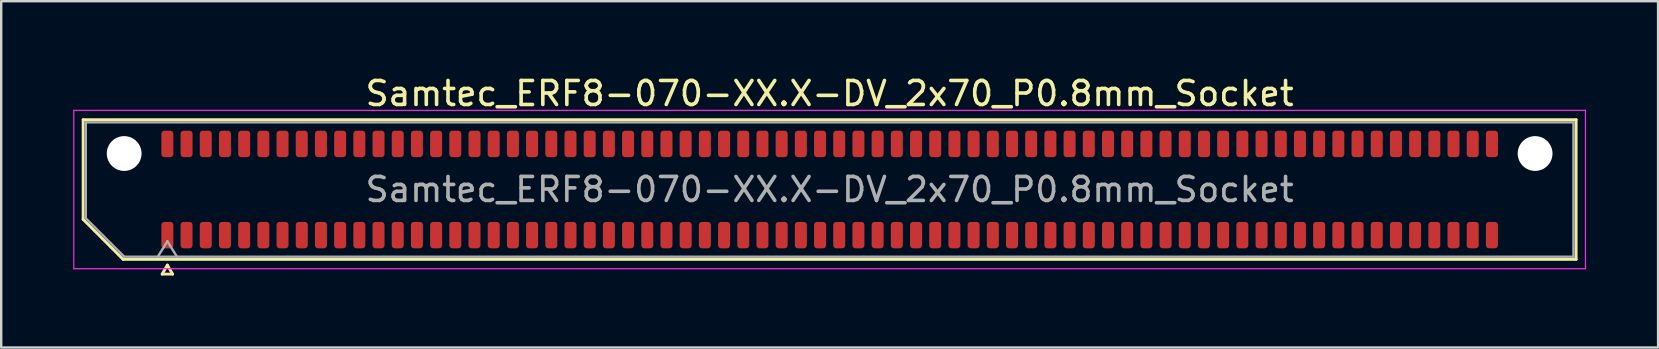
<source format=kicad_pcb>
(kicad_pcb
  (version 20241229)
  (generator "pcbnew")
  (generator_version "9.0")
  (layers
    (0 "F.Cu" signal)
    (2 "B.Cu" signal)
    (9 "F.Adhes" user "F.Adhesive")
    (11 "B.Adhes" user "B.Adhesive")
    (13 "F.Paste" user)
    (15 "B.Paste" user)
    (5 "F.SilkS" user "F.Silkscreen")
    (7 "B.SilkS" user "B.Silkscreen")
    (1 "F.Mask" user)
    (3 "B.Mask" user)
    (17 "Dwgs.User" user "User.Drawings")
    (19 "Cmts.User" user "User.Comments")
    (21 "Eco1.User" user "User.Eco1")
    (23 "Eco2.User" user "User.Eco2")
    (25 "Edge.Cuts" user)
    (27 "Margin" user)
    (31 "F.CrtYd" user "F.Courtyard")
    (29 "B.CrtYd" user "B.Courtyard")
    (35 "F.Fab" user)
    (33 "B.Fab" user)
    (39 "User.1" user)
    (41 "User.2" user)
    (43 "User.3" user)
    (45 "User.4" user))
  (footprint "Samtec_ERF8-070-XX.X-DV_2x70_P0.8mm_Socket"
    (layer "F.Cu")
    (at 31.525 4.848)
    (property "Reference" "Samtec_ERF8-070-XX.X-DV_2x70_P0.8mm_Socket" (at 0 -4 0) (layer "F.SilkS") (effects (font (size 1 1) (thickness 0.15))))
    (attr smd)
    (fp_line (start -31.11 -2.91) (end 31.11 -2.91) (stroke (width 0.12) (type solid)) (layer "F.SilkS"))
    (fp_line (start -31.11 1.246) (end -31.11 -2.91) (stroke (width 0.12) (type solid)) (layer "F.SilkS"))
    (fp_line (start -29.446 2.91) (end -31.11 1.246) (stroke (width 0.12) (type solid)) (layer "F.SilkS"))
    (fp_line (start -27.817 3.525) (end -27.6 3.15) (stroke (width 0.12) (type solid)) (layer "F.SilkS"))
    (fp_line (start -27.6 3.15) (end -27.383 3.525) (stroke (width 0.12) (type solid)) (layer "F.SilkS"))
    (fp_line (start -27.383 3.525) (end -27.817 3.525) (stroke (width 0.12) (type solid)) (layer "F.SilkS"))
    (fp_line (start 31.11 -2.91) (end 31.11 2.91) (stroke (width 0.12) (type solid)) (layer "F.SilkS"))
    (fp_line (start 31.11 2.91) (end -29.446 2.91) (stroke (width 0.12) (type solid)) (layer "F.SilkS"))
    (fp_line (start -31.5 -3.3) (end -31.5 3.3) (stroke (width 0.05) (type solid)) (layer "F.CrtYd"))
    (fp_line (start -31.5 3.3) (end 31.5 3.3) (stroke (width 0.05) (type solid)) (layer "F.CrtYd"))
    (fp_line (start 31.5 -3.3) (end -31.5 -3.3) (stroke (width 0.05) (type solid)) (layer "F.CrtYd"))
    (fp_line (start 31.5 3.3) (end 31.5 -3.3) (stroke (width 0.05) (type solid)) (layer "F.CrtYd"))
    (fp_line (start -31 -2.8) (end 31 -2.8) (stroke (width 0.1) (type solid)) (layer "F.Fab"))
    (fp_line (start -31 1.2) (end -31 -2.8) (stroke (width 0.1) (type solid)) (layer "F.Fab"))
    (fp_line (start -29.4 2.8) (end -31 1.2) (stroke (width 0.1) (type solid)) (layer "F.Fab"))
    (fp_line (start -28 2.8) (end -27.6 2.16) (stroke (width 0.1) (type solid)) (layer "F.Fab"))
    (fp_line (start -27.6 2.16) (end -27.2 2.8) (stroke (width 0.1) (type solid)) (layer "F.Fab"))
    (fp_line (start 31 -2.8) (end 31 2.8) (stroke (width 0.1) (type solid)) (layer "F.Fab"))
    (fp_line (start 31 2.8) (end -29.4 2.8) (stroke (width 0.1) (type solid)) (layer "F.Fab"))
    (fp_text user "${REFERENCE}" (at 0 0 0) (layer "F.Fab") (effects (font (size 1 1) (thickness 0.15))))
    (pad "" np_thru_hole circle (at -29.4 -1.5) (size 1.45 1.45) (drill 1.45) (layers "*.Cu" "*.Mask"))
    (pad "" np_thru_hole circle (at 29.4 -1.5) (size 1.45 1.45) (drill 1.45) (layers "*.Cu" "*.Mask"))
    (pad "1" smd roundrect (at -27.6 1.9) (size 0.5 1.1) (layers "F.Cu" "F.Mask" "F.Paste") (roundrect_rratio 0.25))
    (pad "2" smd roundrect (at -27.6 -1.9) (size 0.5 1.1) (layers "F.Cu" "F.Mask" "F.Paste") (roundrect_rratio 0.25))
    (pad "3" smd roundrect (at -26.8 1.9) (size 0.5 1.1) (layers "F.Cu" "F.Mask" "F.Paste") (roundrect_rratio 0.25))
    (pad "4" smd roundrect (at -26.8 -1.9) (size 0.5 1.1) (layers "F.Cu" "F.Mask" "F.Paste") (roundrect_rratio 0.25))
    (pad "5" smd roundrect (at -26 1.9) (size 0.5 1.1) (layers "F.Cu" "F.Mask" "F.Paste") (roundrect_rratio 0.25))
    (pad "6" smd roundrect (at -26 -1.9) (size 0.5 1.1) (layers "F.Cu" "F.Mask" "F.Paste") (roundrect_rratio 0.25))
    (pad "7" smd roundrect (at -25.2 1.9) (size 0.5 1.1) (layers "F.Cu" "F.Mask" "F.Paste") (roundrect_rratio 0.25))
    (pad "8" smd roundrect (at -25.2 -1.9) (size 0.5 1.1) (layers "F.Cu" "F.Mask" "F.Paste") (roundrect_rratio 0.25))
    (pad "9" smd roundrect (at -24.4 1.9) (size 0.5 1.1) (layers "F.Cu" "F.Mask" "F.Paste") (roundrect_rratio 0.25))
    (pad "10" smd roundrect (at -24.4 -1.9) (size 0.5 1.1) (layers "F.Cu" "F.Mask" "F.Paste") (roundrect_rratio 0.25))
    (pad "11" smd roundrect (at -23.6 1.9) (size 0.5 1.1) (layers "F.Cu" "F.Mask" "F.Paste") (roundrect_rratio 0.25))
    (pad "12" smd roundrect (at -23.6 -1.9) (size 0.5 1.1) (layers "F.Cu" "F.Mask" "F.Paste") (roundrect_rratio 0.25))
    (pad "13" smd roundrect (at -22.8 1.9) (size 0.5 1.1) (layers "F.Cu" "F.Mask" "F.Paste") (roundrect_rratio 0.25))
    (pad "14" smd roundrect (at -22.8 -1.9) (size 0.5 1.1) (layers "F.Cu" "F.Mask" "F.Paste") (roundrect_rratio 0.25))
    (pad "15" smd roundrect (at -22 1.9) (size 0.5 1.1) (layers "F.Cu" "F.Mask" "F.Paste") (roundrect_rratio 0.25))
    (pad "16" smd roundrect (at -22 -1.9) (size 0.5 1.1) (layers "F.Cu" "F.Mask" "F.Paste") (roundrect_rratio 0.25))
    (pad "17" smd roundrect (at -21.2 1.9) (size 0.5 1.1) (layers "F.Cu" "F.Mask" "F.Paste") (roundrect_rratio 0.25))
    (pad "18" smd roundrect (at -21.2 -1.9) (size 0.5 1.1) (layers "F.Cu" "F.Mask" "F.Paste") (roundrect_rratio 0.25))
    (pad "19" smd roundrect (at -20.4 1.9) (size 0.5 1.1) (layers "F.Cu" "F.Mask" "F.Paste") (roundrect_rratio 0.25))
    (pad "20" smd roundrect (at -20.4 -1.9) (size 0.5 1.1) (layers "F.Cu" "F.Mask" "F.Paste") (roundrect_rratio 0.25))
    (pad "21" smd roundrect (at -19.6 1.9) (size 0.5 1.1) (layers "F.Cu" "F.Mask" "F.Paste") (roundrect_rratio 0.25))
    (pad "22" smd roundrect (at -19.6 -1.9) (size 0.5 1.1) (layers "F.Cu" "F.Mask" "F.Paste") (roundrect_rratio 0.25))
    (pad "23" smd roundrect (at -18.8 1.9) (size 0.5 1.1) (layers "F.Cu" "F.Mask" "F.Paste") (roundrect_rratio 0.25))
    (pad "24" smd roundrect (at -18.8 -1.9) (size 0.5 1.1) (layers "F.Cu" "F.Mask" "F.Paste") (roundrect_rratio 0.25))
    (pad "25" smd roundrect (at -18 1.9) (size 0.5 1.1) (layers "F.Cu" "F.Mask" "F.Paste") (roundrect_rratio 0.25))
    (pad "26" smd roundrect (at -18 -1.9) (size 0.5 1.1) (layers "F.Cu" "F.Mask" "F.Paste") (roundrect_rratio 0.25))
    (pad "27" smd roundrect (at -17.2 1.9) (size 0.5 1.1) (layers "F.Cu" "F.Mask" "F.Paste") (roundrect_rratio 0.25))
    (pad "28" smd roundrect (at -17.2 -1.9) (size 0.5 1.1) (layers "F.Cu" "F.Mask" "F.Paste") (roundrect_rratio 0.25))
    (pad "29" smd roundrect (at -16.4 1.9) (size 0.5 1.1) (layers "F.Cu" "F.Mask" "F.Paste") (roundrect_rratio 0.25))
    (pad "30" smd roundrect (at -16.4 -1.9) (size 0.5 1.1) (layers "F.Cu" "F.Mask" "F.Paste") (roundrect_rratio 0.25))
    (pad "31" smd roundrect (at -15.6 1.9) (size 0.5 1.1) (layers "F.Cu" "F.Mask" "F.Paste") (roundrect_rratio 0.25))
    (pad "32" smd roundrect (at -15.6 -1.9) (size 0.5 1.1) (layers "F.Cu" "F.Mask" "F.Paste") (roundrect_rratio 0.25))
    (pad "33" smd roundrect (at -14.8 1.9) (size 0.5 1.1) (layers "F.Cu" "F.Mask" "F.Paste") (roundrect_rratio 0.25))
    (pad "34" smd roundrect (at -14.8 -1.9) (size 0.5 1.1) (layers "F.Cu" "F.Mask" "F.Paste") (roundrect_rratio 0.25))
    (pad "35" smd roundrect (at -14 1.9) (size 0.5 1.1) (layers "F.Cu" "F.Mask" "F.Paste") (roundrect_rratio 0.25))
    (pad "36" smd roundrect (at -14 -1.9) (size 0.5 1.1) (layers "F.Cu" "F.Mask" "F.Paste") (roundrect_rratio 0.25))
    (pad "37" smd roundrect (at -13.2 1.9) (size 0.5 1.1) (layers "F.Cu" "F.Mask" "F.Paste") (roundrect_rratio 0.25))
    (pad "38" smd roundrect (at -13.2 -1.9) (size 0.5 1.1) (layers "F.Cu" "F.Mask" "F.Paste") (roundrect_rratio 0.25))
    (pad "39" smd roundrect (at -12.4 1.9) (size 0.5 1.1) (layers "F.Cu" "F.Mask" "F.Paste") (roundrect_rratio 0.25))
    (pad "40" smd roundrect (at -12.4 -1.9) (size 0.5 1.1) (layers "F.Cu" "F.Mask" "F.Paste") (roundrect_rratio 0.25))
    (pad "41" smd roundrect (at -11.6 1.9) (size 0.5 1.1) (layers "F.Cu" "F.Mask" "F.Paste") (roundrect_rratio 0.25))
    (pad "42" smd roundrect (at -11.6 -1.9) (size 0.5 1.1) (layers "F.Cu" "F.Mask" "F.Paste") (roundrect_rratio 0.25))
    (pad "43" smd roundrect (at -10.8 1.9) (size 0.5 1.1) (layers "F.Cu" "F.Mask" "F.Paste") (roundrect_rratio 0.25))
    (pad "44" smd roundrect (at -10.8 -1.9) (size 0.5 1.1) (layers "F.Cu" "F.Mask" "F.Paste") (roundrect_rratio 0.25))
    (pad "45" smd roundrect (at -10 1.9) (size 0.5 1.1) (layers "F.Cu" "F.Mask" "F.Paste") (roundrect_rratio 0.25))
    (pad "46" smd roundrect (at -10 -1.9) (size 0.5 1.1) (layers "F.Cu" "F.Mask" "F.Paste") (roundrect_rratio 0.25))
    (pad "47" smd roundrect (at -9.2 1.9) (size 0.5 1.1) (layers "F.Cu" "F.Mask" "F.Paste") (roundrect_rratio 0.25))
    (pad "48" smd roundrect (at -9.2 -1.9) (size 0.5 1.1) (layers "F.Cu" "F.Mask" "F.Paste") (roundrect_rratio 0.25))
    (pad "49" smd roundrect (at -8.4 1.9) (size 0.5 1.1) (layers "F.Cu" "F.Mask" "F.Paste") (roundrect_rratio 0.25))
    (pad "50" smd roundrect (at -8.4 -1.9) (size 0.5 1.1) (layers "F.Cu" "F.Mask" "F.Paste") (roundrect_rratio 0.25))
    (pad "51" smd roundrect (at -7.6 1.9) (size 0.5 1.1) (layers "F.Cu" "F.Mask" "F.Paste") (roundrect_rratio 0.25))
    (pad "52" smd roundrect (at -7.6 -1.9) (size 0.5 1.1) (layers "F.Cu" "F.Mask" "F.Paste") (roundrect_rratio 0.25))
    (pad "53" smd roundrect (at -6.8 1.9) (size 0.5 1.1) (layers "F.Cu" "F.Mask" "F.Paste") (roundrect_rratio 0.25))
    (pad "54" smd roundrect (at -6.8 -1.9) (size 0.5 1.1) (layers "F.Cu" "F.Mask" "F.Paste") (roundrect_rratio 0.25))
    (pad "55" smd roundrect (at -6 1.9) (size 0.5 1.1) (layers "F.Cu" "F.Mask" "F.Paste") (roundrect_rratio 0.25))
    (pad "56" smd roundrect (at -6 -1.9) (size 0.5 1.1) (layers "F.Cu" "F.Mask" "F.Paste") (roundrect_rratio 0.25))
    (pad "57" smd roundrect (at -5.2 1.9) (size 0.5 1.1) (layers "F.Cu" "F.Mask" "F.Paste") (roundrect_rratio 0.25))
    (pad "58" smd roundrect (at -5.2 -1.9) (size 0.5 1.1) (layers "F.Cu" "F.Mask" "F.Paste") (roundrect_rratio 0.25))
    (pad "59" smd roundrect (at -4.4 1.9) (size 0.5 1.1) (layers "F.Cu" "F.Mask" "F.Paste") (roundrect_rratio 0.25))
    (pad "60" smd roundrect (at -4.4 -1.9) (size 0.5 1.1) (layers "F.Cu" "F.Mask" "F.Paste") (roundrect_rratio 0.25))
    (pad "61" smd roundrect (at -3.6 1.9) (size 0.5 1.1) (layers "F.Cu" "F.Mask" "F.Paste") (roundrect_rratio 0.25))
    (pad "62" smd roundrect (at -3.6 -1.9) (size 0.5 1.1) (layers "F.Cu" "F.Mask" "F.Paste") (roundrect_rratio 0.25))
    (pad "63" smd roundrect (at -2.8 1.9) (size 0.5 1.1) (layers "F.Cu" "F.Mask" "F.Paste") (roundrect_rratio 0.25))
    (pad "64" smd roundrect (at -2.8 -1.9) (size 0.5 1.1) (layers "F.Cu" "F.Mask" "F.Paste") (roundrect_rratio 0.25))
    (pad "65" smd roundrect (at -2 1.9) (size 0.5 1.1) (layers "F.Cu" "F.Mask" "F.Paste") (roundrect_rratio 0.25))
    (pad "66" smd roundrect (at -2 -1.9) (size 0.5 1.1) (layers "F.Cu" "F.Mask" "F.Paste") (roundrect_rratio 0.25))
    (pad "67" smd roundrect (at -1.2 1.9) (size 0.5 1.1) (layers "F.Cu" "F.Mask" "F.Paste") (roundrect_rratio 0.25))
    (pad "68" smd roundrect (at -1.2 -1.9) (size 0.5 1.1) (layers "F.Cu" "F.Mask" "F.Paste") (roundrect_rratio 0.25))
    (pad "69" smd roundrect (at -0.4 1.9) (size 0.5 1.1) (layers "F.Cu" "F.Mask" "F.Paste") (roundrect_rratio 0.25))
    (pad "70" smd roundrect (at -0.4 -1.9) (size 0.5 1.1) (layers "F.Cu" "F.Mask" "F.Paste") (roundrect_rratio 0.25))
    (pad "71" smd roundrect (at 0.4 1.9) (size 0.5 1.1) (layers "F.Cu" "F.Mask" "F.Paste") (roundrect_rratio 0.25))
    (pad "72" smd roundrect (at 0.4 -1.9) (size 0.5 1.1) (layers "F.Cu" "F.Mask" "F.Paste") (roundrect_rratio 0.25))
    (pad "73" smd roundrect (at 1.2 1.9) (size 0.5 1.1) (layers "F.Cu" "F.Mask" "F.Paste") (roundrect_rratio 0.25))
    (pad "74" smd roundrect (at 1.2 -1.9) (size 0.5 1.1) (layers "F.Cu" "F.Mask" "F.Paste") (roundrect_rratio 0.25))
    (pad "75" smd roundrect (at 2 1.9) (size 0.5 1.1) (layers "F.Cu" "F.Mask" "F.Paste") (roundrect_rratio 0.25))
    (pad "76" smd roundrect (at 2 -1.9) (size 0.5 1.1) (layers "F.Cu" "F.Mask" "F.Paste") (roundrect_rratio 0.25))
    (pad "77" smd roundrect (at 2.8 1.9) (size 0.5 1.1) (layers "F.Cu" "F.Mask" "F.Paste") (roundrect_rratio 0.25))
    (pad "78" smd roundrect (at 2.8 -1.9) (size 0.5 1.1) (layers "F.Cu" "F.Mask" "F.Paste") (roundrect_rratio 0.25))
    (pad "79" smd roundrect (at 3.6 1.9) (size 0.5 1.1) (layers "F.Cu" "F.Mask" "F.Paste") (roundrect_rratio 0.25))
    (pad "80" smd roundrect (at 3.6 -1.9) (size 0.5 1.1) (layers "F.Cu" "F.Mask" "F.Paste") (roundrect_rratio 0.25))
    (pad "81" smd roundrect (at 4.4 1.9) (size 0.5 1.1) (layers "F.Cu" "F.Mask" "F.Paste") (roundrect_rratio 0.25))
    (pad "82" smd roundrect (at 4.4 -1.9) (size 0.5 1.1) (layers "F.Cu" "F.Mask" "F.Paste") (roundrect_rratio 0.25))
    (pad "83" smd roundrect (at 5.2 1.9) (size 0.5 1.1) (layers "F.Cu" "F.Mask" "F.Paste") (roundrect_rratio 0.25))
    (pad "84" smd roundrect (at 5.2 -1.9) (size 0.5 1.1) (layers "F.Cu" "F.Mask" "F.Paste") (roundrect_rratio 0.25))
    (pad "85" smd roundrect (at 6 1.9) (size 0.5 1.1) (layers "F.Cu" "F.Mask" "F.Paste") (roundrect_rratio 0.25))
    (pad "86" smd roundrect (at 6 -1.9) (size 0.5 1.1) (layers "F.Cu" "F.Mask" "F.Paste") (roundrect_rratio 0.25))
    (pad "87" smd roundrect (at 6.8 1.9) (size 0.5 1.1) (layers "F.Cu" "F.Mask" "F.Paste") (roundrect_rratio 0.25))
    (pad "88" smd roundrect (at 6.8 -1.9) (size 0.5 1.1) (layers "F.Cu" "F.Mask" "F.Paste") (roundrect_rratio 0.25))
    (pad "89" smd roundrect (at 7.6 1.9) (size 0.5 1.1) (layers "F.Cu" "F.Mask" "F.Paste") (roundrect_rratio 0.25))
    (pad "90" smd roundrect (at 7.6 -1.9) (size 0.5 1.1) (layers "F.Cu" "F.Mask" "F.Paste") (roundrect_rratio 0.25))
    (pad "91" smd roundrect (at 8.4 1.9) (size 0.5 1.1) (layers "F.Cu" "F.Mask" "F.Paste") (roundrect_rratio 0.25))
    (pad "92" smd roundrect (at 8.4 -1.9) (size 0.5 1.1) (layers "F.Cu" "F.Mask" "F.Paste") (roundrect_rratio 0.25))
    (pad "93" smd roundrect (at 9.2 1.9) (size 0.5 1.1) (layers "F.Cu" "F.Mask" "F.Paste") (roundrect_rratio 0.25))
    (pad "94" smd roundrect (at 9.2 -1.9) (size 0.5 1.1) (layers "F.Cu" "F.Mask" "F.Paste") (roundrect_rratio 0.25))
    (pad "95" smd roundrect (at 10 1.9) (size 0.5 1.1) (layers "F.Cu" "F.Mask" "F.Paste") (roundrect_rratio 0.25))
    (pad "96" smd roundrect (at 10 -1.9) (size 0.5 1.1) (layers "F.Cu" "F.Mask" "F.Paste") (roundrect_rratio 0.25))
    (pad "97" smd roundrect (at 10.8 1.9) (size 0.5 1.1) (layers "F.Cu" "F.Mask" "F.Paste") (roundrect_rratio 0.25))
    (pad "98" smd roundrect (at 10.8 -1.9) (size 0.5 1.1) (layers "F.Cu" "F.Mask" "F.Paste") (roundrect_rratio 0.25))
    (pad "99" smd roundrect (at 11.6 1.9) (size 0.5 1.1) (layers "F.Cu" "F.Mask" "F.Paste") (roundrect_rratio 0.25))
    (pad "100" smd roundrect (at 11.6 -1.9) (size 0.5 1.1) (layers "F.Cu" "F.Mask" "F.Paste") (roundrect_rratio 0.25))
    (pad "101" smd roundrect (at 12.4 1.9) (size 0.5 1.1) (layers "F.Cu" "F.Mask" "F.Paste") (roundrect_rratio 0.25))
    (pad "102" smd roundrect (at 12.4 -1.9) (size 0.5 1.1) (layers "F.Cu" "F.Mask" "F.Paste") (roundrect_rratio 0.25))
    (pad "103" smd roundrect (at 13.2 1.9) (size 0.5 1.1) (layers "F.Cu" "F.Mask" "F.Paste") (roundrect_rratio 0.25))
    (pad "104" smd roundrect (at 13.2 -1.9) (size 0.5 1.1) (layers "F.Cu" "F.Mask" "F.Paste") (roundrect_rratio 0.25))
    (pad "105" smd roundrect (at 14 1.9) (size 0.5 1.1) (layers "F.Cu" "F.Mask" "F.Paste") (roundrect_rratio 0.25))
    (pad "106" smd roundrect (at 14 -1.9) (size 0.5 1.1) (layers "F.Cu" "F.Mask" "F.Paste") (roundrect_rratio 0.25))
    (pad "107" smd roundrect (at 14.8 1.9) (size 0.5 1.1) (layers "F.Cu" "F.Mask" "F.Paste") (roundrect_rratio 0.25))
    (pad "108" smd roundrect (at 14.8 -1.9) (size 0.5 1.1) (layers "F.Cu" "F.Mask" "F.Paste") (roundrect_rratio 0.25))
    (pad "109" smd roundrect (at 15.6 1.9) (size 0.5 1.1) (layers "F.Cu" "F.Mask" "F.Paste") (roundrect_rratio 0.25))
    (pad "110" smd roundrect (at 15.6 -1.9) (size 0.5 1.1) (layers "F.Cu" "F.Mask" "F.Paste") (roundrect_rratio 0.25))
    (pad "111" smd roundrect (at 16.4 1.9) (size 0.5 1.1) (layers "F.Cu" "F.Mask" "F.Paste") (roundrect_rratio 0.25))
    (pad "112" smd roundrect (at 16.4 -1.9) (size 0.5 1.1) (layers "F.Cu" "F.Mask" "F.Paste") (roundrect_rratio 0.25))
    (pad "113" smd roundrect (at 17.2 1.9) (size 0.5 1.1) (layers "F.Cu" "F.Mask" "F.Paste") (roundrect_rratio 0.25))
    (pad "114" smd roundrect (at 17.2 -1.9) (size 0.5 1.1) (layers "F.Cu" "F.Mask" "F.Paste") (roundrect_rratio 0.25))
    (pad "115" smd roundrect (at 18 1.9) (size 0.5 1.1) (layers "F.Cu" "F.Mask" "F.Paste") (roundrect_rratio 0.25))
    (pad "116" smd roundrect (at 18 -1.9) (size 0.5 1.1) (layers "F.Cu" "F.Mask" "F.Paste") (roundrect_rratio 0.25))
    (pad "117" smd roundrect (at 18.8 1.9) (size 0.5 1.1) (layers "F.Cu" "F.Mask" "F.Paste") (roundrect_rratio 0.25))
    (pad "118" smd roundrect (at 18.8 -1.9) (size 0.5 1.1) (layers "F.Cu" "F.Mask" "F.Paste") (roundrect_rratio 0.25))
    (pad "119" smd roundrect (at 19.6 1.9) (size 0.5 1.1) (layers "F.Cu" "F.Mask" "F.Paste") (roundrect_rratio 0.25))
    (pad "120" smd roundrect (at 19.6 -1.9) (size 0.5 1.1) (layers "F.Cu" "F.Mask" "F.Paste") (roundrect_rratio 0.25))
    (pad "121" smd roundrect (at 20.4 1.9) (size 0.5 1.1) (layers "F.Cu" "F.Mask" "F.Paste") (roundrect_rratio 0.25))
    (pad "122" smd roundrect (at 20.4 -1.9) (size 0.5 1.1) (layers "F.Cu" "F.Mask" "F.Paste") (roundrect_rratio 0.25))
    (pad "123" smd roundrect (at 21.2 1.9) (size 0.5 1.1) (layers "F.Cu" "F.Mask" "F.Paste") (roundrect_rratio 0.25))
    (pad "124" smd roundrect (at 21.2 -1.9) (size 0.5 1.1) (layers "F.Cu" "F.Mask" "F.Paste") (roundrect_rratio 0.25))
    (pad "125" smd roundrect (at 22 1.9) (size 0.5 1.1) (layers "F.Cu" "F.Mask" "F.Paste") (roundrect_rratio 0.25))
    (pad "126" smd roundrect (at 22 -1.9) (size 0.5 1.1) (layers "F.Cu" "F.Mask" "F.Paste") (roundrect_rratio 0.25))
    (pad "127" smd roundrect (at 22.8 1.9) (size 0.5 1.1) (layers "F.Cu" "F.Mask" "F.Paste") (roundrect_rratio 0.25))
    (pad "128" smd roundrect (at 22.8 -1.9) (size 0.5 1.1) (layers "F.Cu" "F.Mask" "F.Paste") (roundrect_rratio 0.25))
    (pad "129" smd roundrect (at 23.6 1.9) (size 0.5 1.1) (layers "F.Cu" "F.Mask" "F.Paste") (roundrect_rratio 0.25))
    (pad "130" smd roundrect (at 23.6 -1.9) (size 0.5 1.1) (layers "F.Cu" "F.Mask" "F.Paste") (roundrect_rratio 0.25))
    (pad "131" smd roundrect (at 24.4 1.9) (size 0.5 1.1) (layers "F.Cu" "F.Mask" "F.Paste") (roundrect_rratio 0.25))
    (pad "132" smd roundrect (at 24.4 -1.9) (size 0.5 1.1) (layers "F.Cu" "F.Mask" "F.Paste") (roundrect_rratio 0.25))
    (pad "133" smd roundrect (at 25.2 1.9) (size 0.5 1.1) (layers "F.Cu" "F.Mask" "F.Paste") (roundrect_rratio 0.25))
    (pad "134" smd roundrect (at 25.2 -1.9) (size 0.5 1.1) (layers "F.Cu" "F.Mask" "F.Paste") (roundrect_rratio 0.25))
    (pad "135" smd roundrect (at 26 1.9) (size 0.5 1.1) (layers "F.Cu" "F.Mask" "F.Paste") (roundrect_rratio 0.25))
    (pad "136" smd roundrect (at 26 -1.9) (size 0.5 1.1) (layers "F.Cu" "F.Mask" "F.Paste") (roundrect_rratio 0.25))
    (pad "137" smd roundrect (at 26.8 1.9) (size 0.5 1.1) (layers "F.Cu" "F.Mask" "F.Paste") (roundrect_rratio 0.25))
    (pad "138" smd roundrect (at 26.8 -1.9) (size 0.5 1.1) (layers "F.Cu" "F.Mask" "F.Paste") (roundrect_rratio 0.25))
    (pad "139" smd roundrect (at 27.6 1.9) (size 0.5 1.1) (layers "F.Cu" "F.Mask" "F.Paste") (roundrect_rratio 0.25))
    (pad "140" smd roundrect (at 27.6 -1.9) (size 0.5 1.1) (layers "F.Cu" "F.Mask" "F.Paste") (roundrect_rratio 0.25)))
  (gr_rect
    (start -3 -3)
    (end 66.05 11.433)
    (stroke (width 0.1) (type default))
    (fill no)
    (layer "Edge.Cuts")))
</source>
